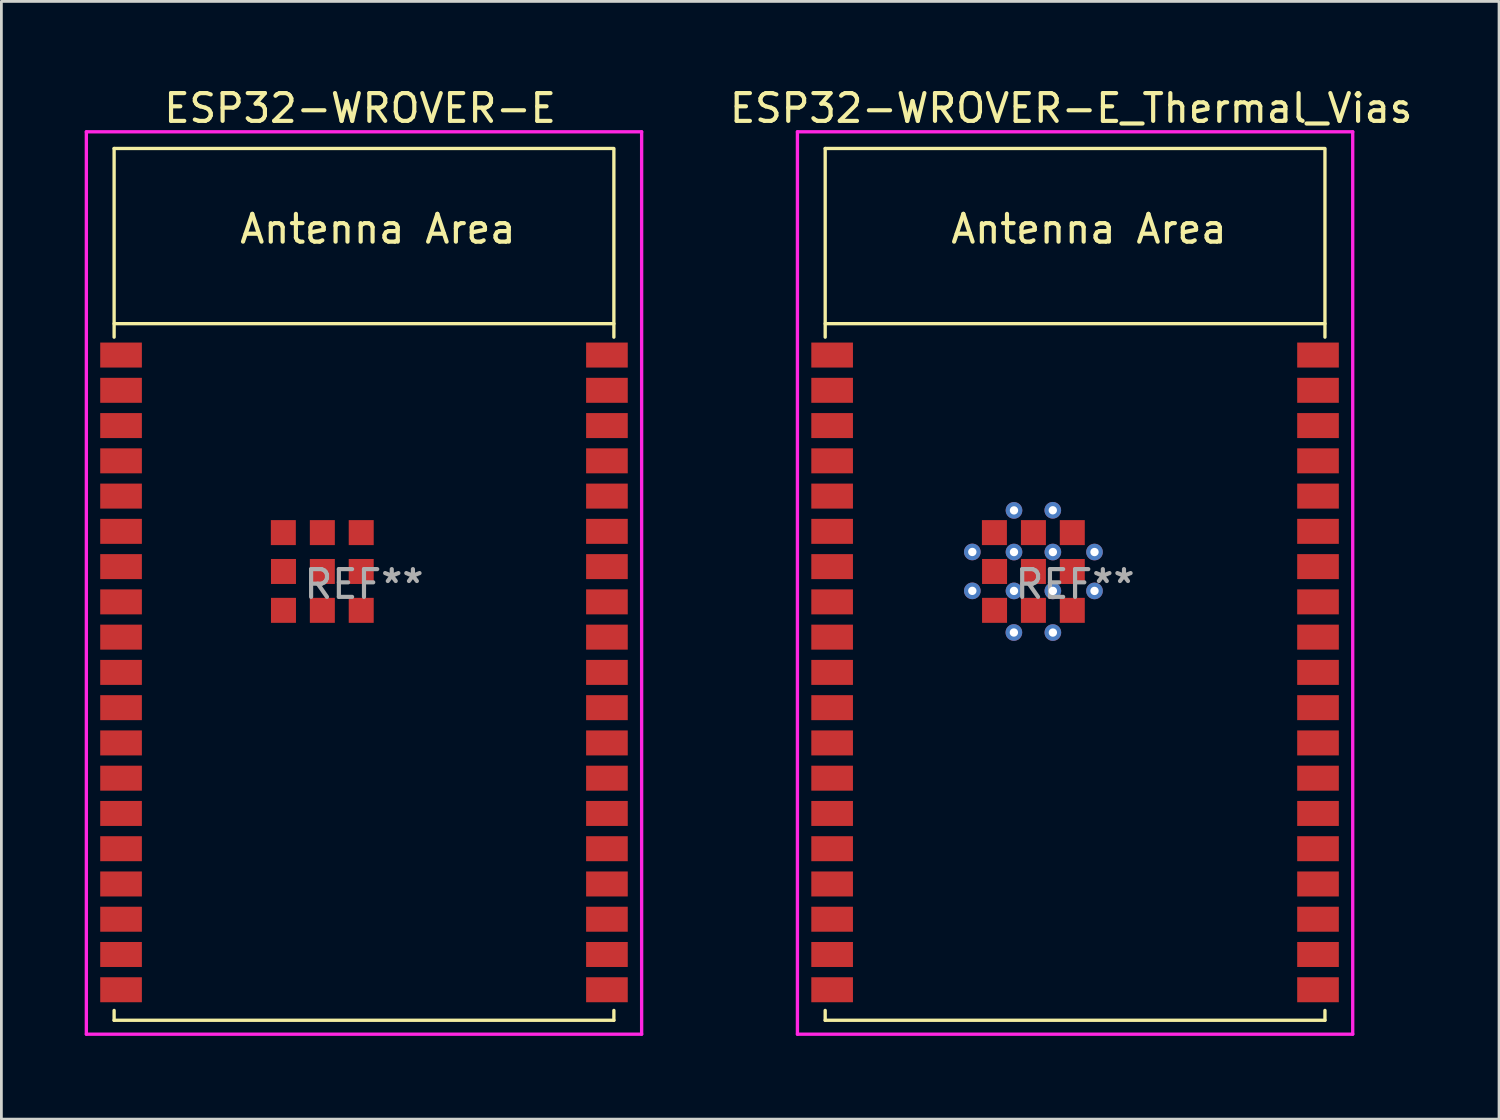
<source format=kicad_pcb>
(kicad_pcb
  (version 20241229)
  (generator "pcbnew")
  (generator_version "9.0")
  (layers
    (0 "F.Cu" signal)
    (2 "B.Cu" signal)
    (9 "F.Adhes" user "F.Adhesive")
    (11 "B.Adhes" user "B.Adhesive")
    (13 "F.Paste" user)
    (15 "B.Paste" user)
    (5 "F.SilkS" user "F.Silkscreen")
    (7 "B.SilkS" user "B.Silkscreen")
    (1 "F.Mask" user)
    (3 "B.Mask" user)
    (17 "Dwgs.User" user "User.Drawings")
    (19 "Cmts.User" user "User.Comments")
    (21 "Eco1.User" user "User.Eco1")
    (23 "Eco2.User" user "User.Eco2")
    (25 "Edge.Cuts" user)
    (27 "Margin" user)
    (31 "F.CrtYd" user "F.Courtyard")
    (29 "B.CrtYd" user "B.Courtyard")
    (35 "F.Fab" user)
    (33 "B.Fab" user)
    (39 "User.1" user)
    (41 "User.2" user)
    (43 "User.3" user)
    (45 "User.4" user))
  (footprint "ESP32-WROVER-E_Thermal_Vias"
    (layer "F.Cu")
    (at 35.671 17.993)
    (property "Reference" "ESP32-WROVER-E_Thermal_Vias" (at -0.14 -17.145 0) (layer "F.SilkS") (effects (font (size 1 1) (thickness 0.15))))
    (attr smd)
    (fp_line (start -9 -15.695) (end -9 -8.9) (stroke (width 0.12) (type solid)) (layer "F.SilkS"))
    (fp_line (start -9 -9.385) (end 9 -9.385) (stroke (width 0.12) (type solid)) (layer "F.SilkS"))
    (fp_line (start -9 15.705) (end -9 15.35) (stroke (width 0.12) (type solid)) (layer "F.SilkS"))
    (fp_line (start -9 15.705) (end 9 15.705) (stroke (width 0.12) (type solid)) (layer "F.SilkS"))
    (fp_line (start 9 -15.695) (end -9 -15.695) (stroke (width 0.12) (type solid)) (layer "F.SilkS"))
    (fp_line (start 9 -15.65) (end 9 -8.9) (stroke (width 0.12) (type solid)) (layer "F.SilkS"))
    (fp_line (start 9 15.705) (end 9 15.35) (stroke (width 0.12) (type solid)) (layer "F.SilkS"))
    (fp_line (start -9 -15.695) (end -9 15.705) (stroke (width 0.12) (type solid)) (layer "Eco2.User"))
    (fp_line (start -9 -9.385) (end 9 -9.385) (stroke (width 0.12) (type solid)) (layer "Eco2.User"))
    (fp_line (start -9 15.705) (end 9 15.705) (stroke (width 0.12) (type solid)) (layer "Eco2.User"))
    (fp_line (start 9 -15.695) (end -9 -15.695) (stroke (width 0.12) (type solid)) (layer "Eco2.User"))
    (fp_line (start 9 15.705) (end 9 -15.695) (stroke (width 0.12) (type solid)) (layer "Eco2.User"))
    (fp_line (start -10 -16.295) (end 10 -16.295) (stroke (width 0.12) (type solid)) (layer "F.CrtYd"))
    (fp_line (start -10 16.205) (end -10 -16.295) (stroke (width 0.12) (type solid)) (layer "F.CrtYd"))
    (fp_line (start 10 -16.295) (end 10 16.205) (stroke (width 0.12) (type solid)) (layer "F.CrtYd"))
    (fp_line (start 10 16.205) (end -10 16.205) (stroke (width 0.12) (type solid)) (layer "F.CrtYd"))
    (fp_text user "Antenna Area" (at 0.5 -12.795 0) (unlocked yes) (layer "F.SilkS") (effects (font (size 1 1) (thickness 0.15))))
    (fp_text user "REF**" (at 0 0 0) (layer "F.Fab") (effects (font (size 1 1) (thickness 0.15))))
    (pad "1" smd rect (at -8.75 -8.255) (size 1.5 0.9) (layers "F.Cu" "F.Mask" "F.Paste"))
    (pad "2" smd rect (at -8.75 -6.985) (size 1.5 0.9) (layers "F.Cu" "F.Mask" "F.Paste"))
    (pad "3" smd rect (at -8.75 -5.715) (size 1.5 0.9) (layers "F.Cu" "F.Mask" "F.Paste"))
    (pad "4" smd rect (at -8.75 -4.445) (size 1.5 0.9) (layers "F.Cu" "F.Mask" "F.Paste"))
    (pad "5" smd rect (at -8.75 -3.175) (size 1.5 0.9) (layers "F.Cu" "F.Mask" "F.Paste"))
    (pad "6" smd rect (at -8.75 -1.905) (size 1.5 0.9) (layers "F.Cu" "F.Mask" "F.Paste"))
    (pad "7" smd rect (at -8.75 -0.635) (size 1.5 0.9) (layers "F.Cu" "F.Mask" "F.Paste"))
    (pad "8" smd rect (at -8.75 0.635) (size 1.5 0.9) (layers "F.Cu" "F.Mask" "F.Paste"))
    (pad "9" smd rect (at -8.75 1.905) (size 1.5 0.9) (layers "F.Cu" "F.Mask" "F.Paste"))
    (pad "10" smd rect (at -8.75 3.175) (size 1.5 0.9) (layers "F.Cu" "F.Mask" "F.Paste"))
    (pad "11" smd rect (at -8.75 4.445) (size 1.5 0.9) (layers "F.Cu" "F.Mask" "F.Paste"))
    (pad "12" smd rect (at -8.75 5.715) (size 1.5 0.9) (layers "F.Cu" "F.Mask" "F.Paste"))
    (pad "13" smd rect (at -8.75 6.985) (size 1.5 0.9) (layers "F.Cu" "F.Mask" "F.Paste"))
    (pad "14" smd rect (at -8.75 8.255) (size 1.5 0.9) (layers "F.Cu" "F.Mask" "F.Paste"))
    (pad "15" smd rect (at -8.75 9.525) (size 1.5 0.9) (layers "F.Cu" "F.Mask" "F.Paste"))
    (pad "16" smd rect (at -8.75 10.795) (size 1.5 0.9) (layers "F.Cu" "F.Mask" "F.Paste"))
    (pad "17" smd rect (at -8.75 12.065) (size 1.5 0.9) (layers "F.Cu" "F.Mask" "F.Paste"))
    (pad "18" smd rect (at -8.75 13.335) (size 1.5 0.9) (layers "F.Cu" "F.Mask" "F.Paste"))
    (pad "19" smd rect (at -8.75 14.605) (size 1.5 0.9) (layers "F.Cu" "F.Mask" "F.Paste"))
    (pad "20" smd rect (at 8.75 14.605) (size 1.5 0.9) (layers "F.Cu" "F.Mask" "F.Paste"))
    (pad "21" smd rect (at 8.75 13.335) (size 1.5 0.9) (layers "F.Cu" "F.Mask" "F.Paste"))
    (pad "22" smd rect (at 8.75 12.065) (size 1.5 0.9) (layers "F.Cu" "F.Mask" "F.Paste"))
    (pad "23" smd rect (at 8.75 10.795) (size 1.5 0.9) (layers "F.Cu" "F.Mask" "F.Paste"))
    (pad "24" smd rect (at 8.75 9.525) (size 1.5 0.9) (layers "F.Cu" "F.Mask" "F.Paste"))
    (pad "25" smd rect (at 8.75 8.255) (size 1.5 0.9) (layers "F.Cu" "F.Mask" "F.Paste"))
    (pad "26" smd rect (at 8.75 6.985) (size 1.5 0.9) (layers "F.Cu" "F.Mask" "F.Paste"))
    (pad "27" smd rect (at 8.75 5.715) (size 1.5 0.9) (layers "F.Cu" "F.Mask" "F.Paste"))
    (pad "28" smd rect (at 8.75 4.445) (size 1.5 0.9) (layers "F.Cu" "F.Mask" "F.Paste"))
    (pad "29" smd rect (at 8.75 3.175) (size 1.5 0.9) (layers "F.Cu" "F.Mask" "F.Paste"))
    (pad "30" smd rect (at 8.75 1.905) (size 1.5 0.9) (layers "F.Cu" "F.Mask" "F.Paste"))
    (pad "31" smd rect (at 8.75 0.635) (size 1.5 0.9) (layers "F.Cu" "F.Mask" "F.Paste"))
    (pad "32" smd rect (at 8.75 -0.635) (size 1.5 0.9) (layers "F.Cu" "F.Mask" "F.Paste"))
    (pad "33" smd rect (at 8.75 -1.905) (size 1.5 0.9) (layers "F.Cu" "F.Mask" "F.Paste"))
    (pad "34" smd rect (at 8.75 -3.175) (size 1.5 0.9) (layers "F.Cu" "F.Mask" "F.Paste"))
    (pad "35" smd rect (at 8.75 -4.445) (size 1.5 0.9) (layers "F.Cu" "F.Mask" "F.Paste"))
    (pad "36" smd rect (at 8.75 -5.715) (size 1.5 0.9) (layers "F.Cu" "F.Mask" "F.Paste"))
    (pad "37" smd rect (at 8.75 -6.985) (size 1.5 0.9) (layers "F.Cu" "F.Mask" "F.Paste"))
    (pad "38" smd rect (at 8.75 -8.255) (size 1.5 0.9) (layers "F.Cu" "F.Mask" "F.Paste"))
    (pad "39" thru_hole circle (at -3.701 -1.163) (size 0.6 0.6) (drill 0.3) (layers "*.Cu" "*.Mask"))
    (pad "39" thru_hole circle (at -3.701 0.238) (size 0.6 0.6) (drill 0.3) (layers "*.Cu" "*.Mask"))
    (pad "39" smd rect (at -2.905 -1.86) (size 0.9 0.9) (layers "F.Cu" "F.Mask" "F.Paste"))
    (pad "39" smd rect (at -2.9 -0.46) (size 0.9 0.9) (layers "F.Cu" "F.Mask" "F.Paste"))
    (pad "39" smd rect (at -2.9 0.94) (size 0.9 0.9) (layers "F.Cu" "F.Mask" "F.Paste"))
    (pad "39" thru_hole circle (at -2.204 1.738) (size 0.6 0.6) (drill 0.3) (layers "*.Cu" "*.Mask"))
    (pad "39" thru_hole circle (at -2.2 -2.66) (size 0.6 0.6) (drill 0.3) (layers "*.Cu" "*.Mask"))
    (pad "39" thru_hole circle (at -2.2 -1.16) (size 0.6 0.6) (drill 0.3) (layers "*.Cu" "*.Mask"))
    (pad "39" thru_hole circle (at -2.2 0.24) (size 0.6 0.6) (drill 0.3) (layers "*.Cu" "*.Mask"))
    (pad "39" smd rect (at -1.5 -1.86) (size 0.9 0.9) (layers "F.Cu" "F.Mask" "F.Paste"))
    (pad "39" smd rect (at -1.5 -0.46) (size 0.9 0.9) (layers "F.Cu" "F.Mask" "F.Paste"))
    (pad "39" smd rect (at -1.5 0.94) (size 0.9 0.9) (layers "F.Cu" "F.Mask" "F.Paste"))
    (pad "39" thru_hole circle (at -0.803 -2.664) (size 0.6 0.6) (drill 0.3) (layers "*.Cu" "*.Mask"))
    (pad "39" thru_hole circle (at -0.8 -1.16) (size 0.6 0.6) (drill 0.3) (layers "*.Cu" "*.Mask"))
    (pad "39" thru_hole circle (at -0.8 0.24) (size 0.6 0.6) (drill 0.3) (layers "*.Cu" "*.Mask"))
    (pad "39" thru_hole circle (at -0.8 1.74) (size 0.6 0.6) (drill 0.3) (layers "*.Cu" "*.Mask"))
    (pad "39" smd rect (at -0.1 -1.86) (size 0.9 0.9) (layers "F.Cu" "F.Mask" "F.Paste"))
    (pad "39" smd rect (at -0.1 -0.46) (size 0.9 0.9) (layers "F.Cu" "F.Mask" "F.Paste"))
    (pad "39" smd rect (at -0.1 0.94) (size 0.9 0.9) (layers "F.Cu" "F.Mask" "F.Paste"))
    (pad "39" thru_hole circle (at 0.7 -1.16) (size 0.6 0.6) (drill 0.3) (layers "*.Cu" "*.Mask"))
    (pad "39" thru_hole circle (at 0.7 0.24) (size 0.6 0.6) (drill 0.3) (layers "*.Cu" "*.Mask")))
  (footprint "ESP32-WROVER-E"
    (layer "F.Cu")
    (at 10.06 17.993)
    (property "Reference" "ESP32-WROVER-E" (at -0.14 -17.145 0) (layer "F.SilkS") (effects (font (size 1 1) (thickness 0.15))))
    (attr smd)
    (fp_line (start -9 -15.695) (end -9 -8.9) (stroke (width 0.12) (type solid)) (layer "F.SilkS"))
    (fp_line (start -9 -9.385) (end 9 -9.385) (stroke (width 0.12) (type solid)) (layer "F.SilkS"))
    (fp_line (start -9 15.705) (end -9 15.35) (stroke (width 0.12) (type solid)) (layer "F.SilkS"))
    (fp_line (start -9 15.705) (end 9 15.705) (stroke (width 0.12) (type solid)) (layer "F.SilkS"))
    (fp_line (start 9 -15.695) (end -9 -15.695) (stroke (width 0.12) (type solid)) (layer "F.SilkS"))
    (fp_line (start 9 -15.65) (end 9 -8.9) (stroke (width 0.12) (type solid)) (layer "F.SilkS"))
    (fp_line (start 9 15.705) (end 9 15.35) (stroke (width 0.12) (type solid)) (layer "F.SilkS"))
    (fp_line (start -9 -15.695) (end -9 15.705) (stroke (width 0.12) (type solid)) (layer "Eco2.User"))
    (fp_line (start -9 -9.385) (end 9 -9.385) (stroke (width 0.12) (type solid)) (layer "Eco2.User"))
    (fp_line (start -9 15.705) (end 9 15.705) (stroke (width 0.12) (type solid)) (layer "Eco2.User"))
    (fp_line (start 9 -15.695) (end -9 -15.695) (stroke (width 0.12) (type solid)) (layer "Eco2.User"))
    (fp_line (start 9 15.705) (end 9 -15.695) (stroke (width 0.12) (type solid)) (layer "Eco2.User"))
    (fp_line (start -10 -16.295) (end 10 -16.295) (stroke (width 0.12) (type solid)) (layer "F.CrtYd"))
    (fp_line (start -10 16.205) (end -10 -16.295) (stroke (width 0.12) (type solid)) (layer "F.CrtYd"))
    (fp_line (start 10 -16.295) (end 10 16.205) (stroke (width 0.12) (type solid)) (layer "F.CrtYd"))
    (fp_line (start 10 16.205) (end -10 16.205) (stroke (width 0.12) (type solid)) (layer "F.CrtYd"))
    (fp_text user "Antenna Area" (at 0.5 -12.795 0) (unlocked yes) (layer "F.SilkS") (effects (font (size 1 1) (thickness 0.15))))
    (fp_text user "REF**" (at 0 0 0) (layer "F.Fab") (effects (font (size 1 1) (thickness 0.15))))
    (pad "1" smd rect (at -8.75 -8.255) (size 1.5 0.9) (layers "F.Cu" "F.Mask" "F.Paste"))
    (pad "2" smd rect (at -8.75 -6.985) (size 1.5 0.9) (layers "F.Cu" "F.Mask" "F.Paste"))
    (pad "3" smd rect (at -8.75 -5.715) (size 1.5 0.9) (layers "F.Cu" "F.Mask" "F.Paste"))
    (pad "4" smd rect (at -8.75 -4.445) (size 1.5 0.9) (layers "F.Cu" "F.Mask" "F.Paste"))
    (pad "5" smd rect (at -8.75 -3.175) (size 1.5 0.9) (layers "F.Cu" "F.Mask" "F.Paste"))
    (pad "6" smd rect (at -8.75 -1.905) (size 1.5 0.9) (layers "F.Cu" "F.Mask" "F.Paste"))
    (pad "7" smd rect (at -8.75 -0.635) (size 1.5 0.9) (layers "F.Cu" "F.Mask" "F.Paste"))
    (pad "8" smd rect (at -8.75 0.635) (size 1.5 0.9) (layers "F.Cu" "F.Mask" "F.Paste"))
    (pad "9" smd rect (at -8.75 1.905) (size 1.5 0.9) (layers "F.Cu" "F.Mask" "F.Paste"))
    (pad "10" smd rect (at -8.75 3.175) (size 1.5 0.9) (layers "F.Cu" "F.Mask" "F.Paste"))
    (pad "11" smd rect (at -8.75 4.445) (size 1.5 0.9) (layers "F.Cu" "F.Mask" "F.Paste"))
    (pad "12" smd rect (at -8.75 5.715) (size 1.5 0.9) (layers "F.Cu" "F.Mask" "F.Paste"))
    (pad "13" smd rect (at -8.75 6.985) (size 1.5 0.9) (layers "F.Cu" "F.Mask" "F.Paste"))
    (pad "14" smd rect (at -8.75 8.255) (size 1.5 0.9) (layers "F.Cu" "F.Mask" "F.Paste"))
    (pad "15" smd rect (at -8.75 9.525) (size 1.5 0.9) (layers "F.Cu" "F.Mask" "F.Paste"))
    (pad "16" smd rect (at -8.75 10.795) (size 1.5 0.9) (layers "F.Cu" "F.Mask" "F.Paste"))
    (pad "17" smd rect (at -8.75 12.065) (size 1.5 0.9) (layers "F.Cu" "F.Mask" "F.Paste"))
    (pad "18" smd rect (at -8.75 13.335) (size 1.5 0.9) (layers "F.Cu" "F.Mask" "F.Paste"))
    (pad "19" smd rect (at -8.75 14.605) (size 1.5 0.9) (layers "F.Cu" "F.Mask" "F.Paste"))
    (pad "20" smd rect (at 8.75 14.605) (size 1.5 0.9) (layers "F.Cu" "F.Mask" "F.Paste"))
    (pad "21" smd rect (at 8.75 13.335) (size 1.5 0.9) (layers "F.Cu" "F.Mask" "F.Paste"))
    (pad "22" smd rect (at 8.75 12.065) (size 1.5 0.9) (layers "F.Cu" "F.Mask" "F.Paste"))
    (pad "23" smd rect (at 8.75 10.795) (size 1.5 0.9) (layers "F.Cu" "F.Mask" "F.Paste"))
    (pad "24" smd rect (at 8.75 9.525) (size 1.5 0.9) (layers "F.Cu" "F.Mask" "F.Paste"))
    (pad "25" smd rect (at 8.75 8.255) (size 1.5 0.9) (layers "F.Cu" "F.Mask" "F.Paste"))
    (pad "26" smd rect (at 8.75 6.985) (size 1.5 0.9) (layers "F.Cu" "F.Mask" "F.Paste"))
    (pad "27" smd rect (at 8.75 5.715) (size 1.5 0.9) (layers "F.Cu" "F.Mask" "F.Paste"))
    (pad "28" smd rect (at 8.75 4.445) (size 1.5 0.9) (layers "F.Cu" "F.Mask" "F.Paste"))
    (pad "29" smd rect (at 8.75 3.175) (size 1.5 0.9) (layers "F.Cu" "F.Mask" "F.Paste"))
    (pad "30" smd rect (at 8.75 1.905) (size 1.5 0.9) (layers "F.Cu" "F.Mask" "F.Paste"))
    (pad "31" smd rect (at 8.75 0.635) (size 1.5 0.9) (layers "F.Cu" "F.Mask" "F.Paste"))
    (pad "32" smd rect (at 8.75 -0.635) (size 1.5 0.9) (layers "F.Cu" "F.Mask" "F.Paste"))
    (pad "33" smd rect (at 8.75 -1.905) (size 1.5 0.9) (layers "F.Cu" "F.Mask" "F.Paste"))
    (pad "34" smd rect (at 8.75 -3.175) (size 1.5 0.9) (layers "F.Cu" "F.Mask" "F.Paste"))
    (pad "35" smd rect (at 8.75 -4.445) (size 1.5 0.9) (layers "F.Cu" "F.Mask" "F.Paste"))
    (pad "36" smd rect (at 8.75 -5.715) (size 1.5 0.9) (layers "F.Cu" "F.Mask" "F.Paste"))
    (pad "37" smd rect (at 8.75 -6.985) (size 1.5 0.9) (layers "F.Cu" "F.Mask" "F.Paste"))
    (pad "38" smd rect (at 8.75 -8.255) (size 1.5 0.9) (layers "F.Cu" "F.Mask" "F.Paste"))
    (pad "39" smd rect (at -2.905 -1.86) (size 0.9 0.9) (layers "F.Cu" "F.Mask" "F.Paste"))
    (pad "39" smd rect (at -2.9 -0.46) (size 0.9 0.9) (layers "F.Cu" "F.Mask" "F.Paste"))
    (pad "39" smd rect (at -2.9 0.94) (size 0.9 0.9) (layers "F.Cu" "F.Mask" "F.Paste"))
    (pad "39" smd rect (at -1.5 -1.86) (size 0.9 0.9) (layers "F.Cu" "F.Mask" "F.Paste"))
    (pad "39" smd rect (at -1.5 -0.46) (size 0.9 0.9) (layers "F.Cu" "F.Mask" "F.Paste"))
    (pad "39" smd rect (at -1.5 0.94) (size 0.9 0.9) (layers "F.Cu" "F.Mask" "F.Paste"))
    (pad "39" smd rect (at -0.1 -1.86) (size 0.9 0.9) (layers "F.Cu" "F.Mask" "F.Paste"))
    (pad "39" smd rect (at -0.1 -0.46) (size 0.9 0.9) (layers "F.Cu" "F.Mask" "F.Paste"))
    (pad "39" smd rect (at -0.1 0.94) (size 0.9 0.9) (layers "F.Cu" "F.Mask" "F.Paste")))
  (gr_rect
    (start -3 -3)
    (end 50.941 37.258)
    (stroke (width 0.1) (type default))
    (fill no)
    (layer "Edge.Cuts")))
</source>
